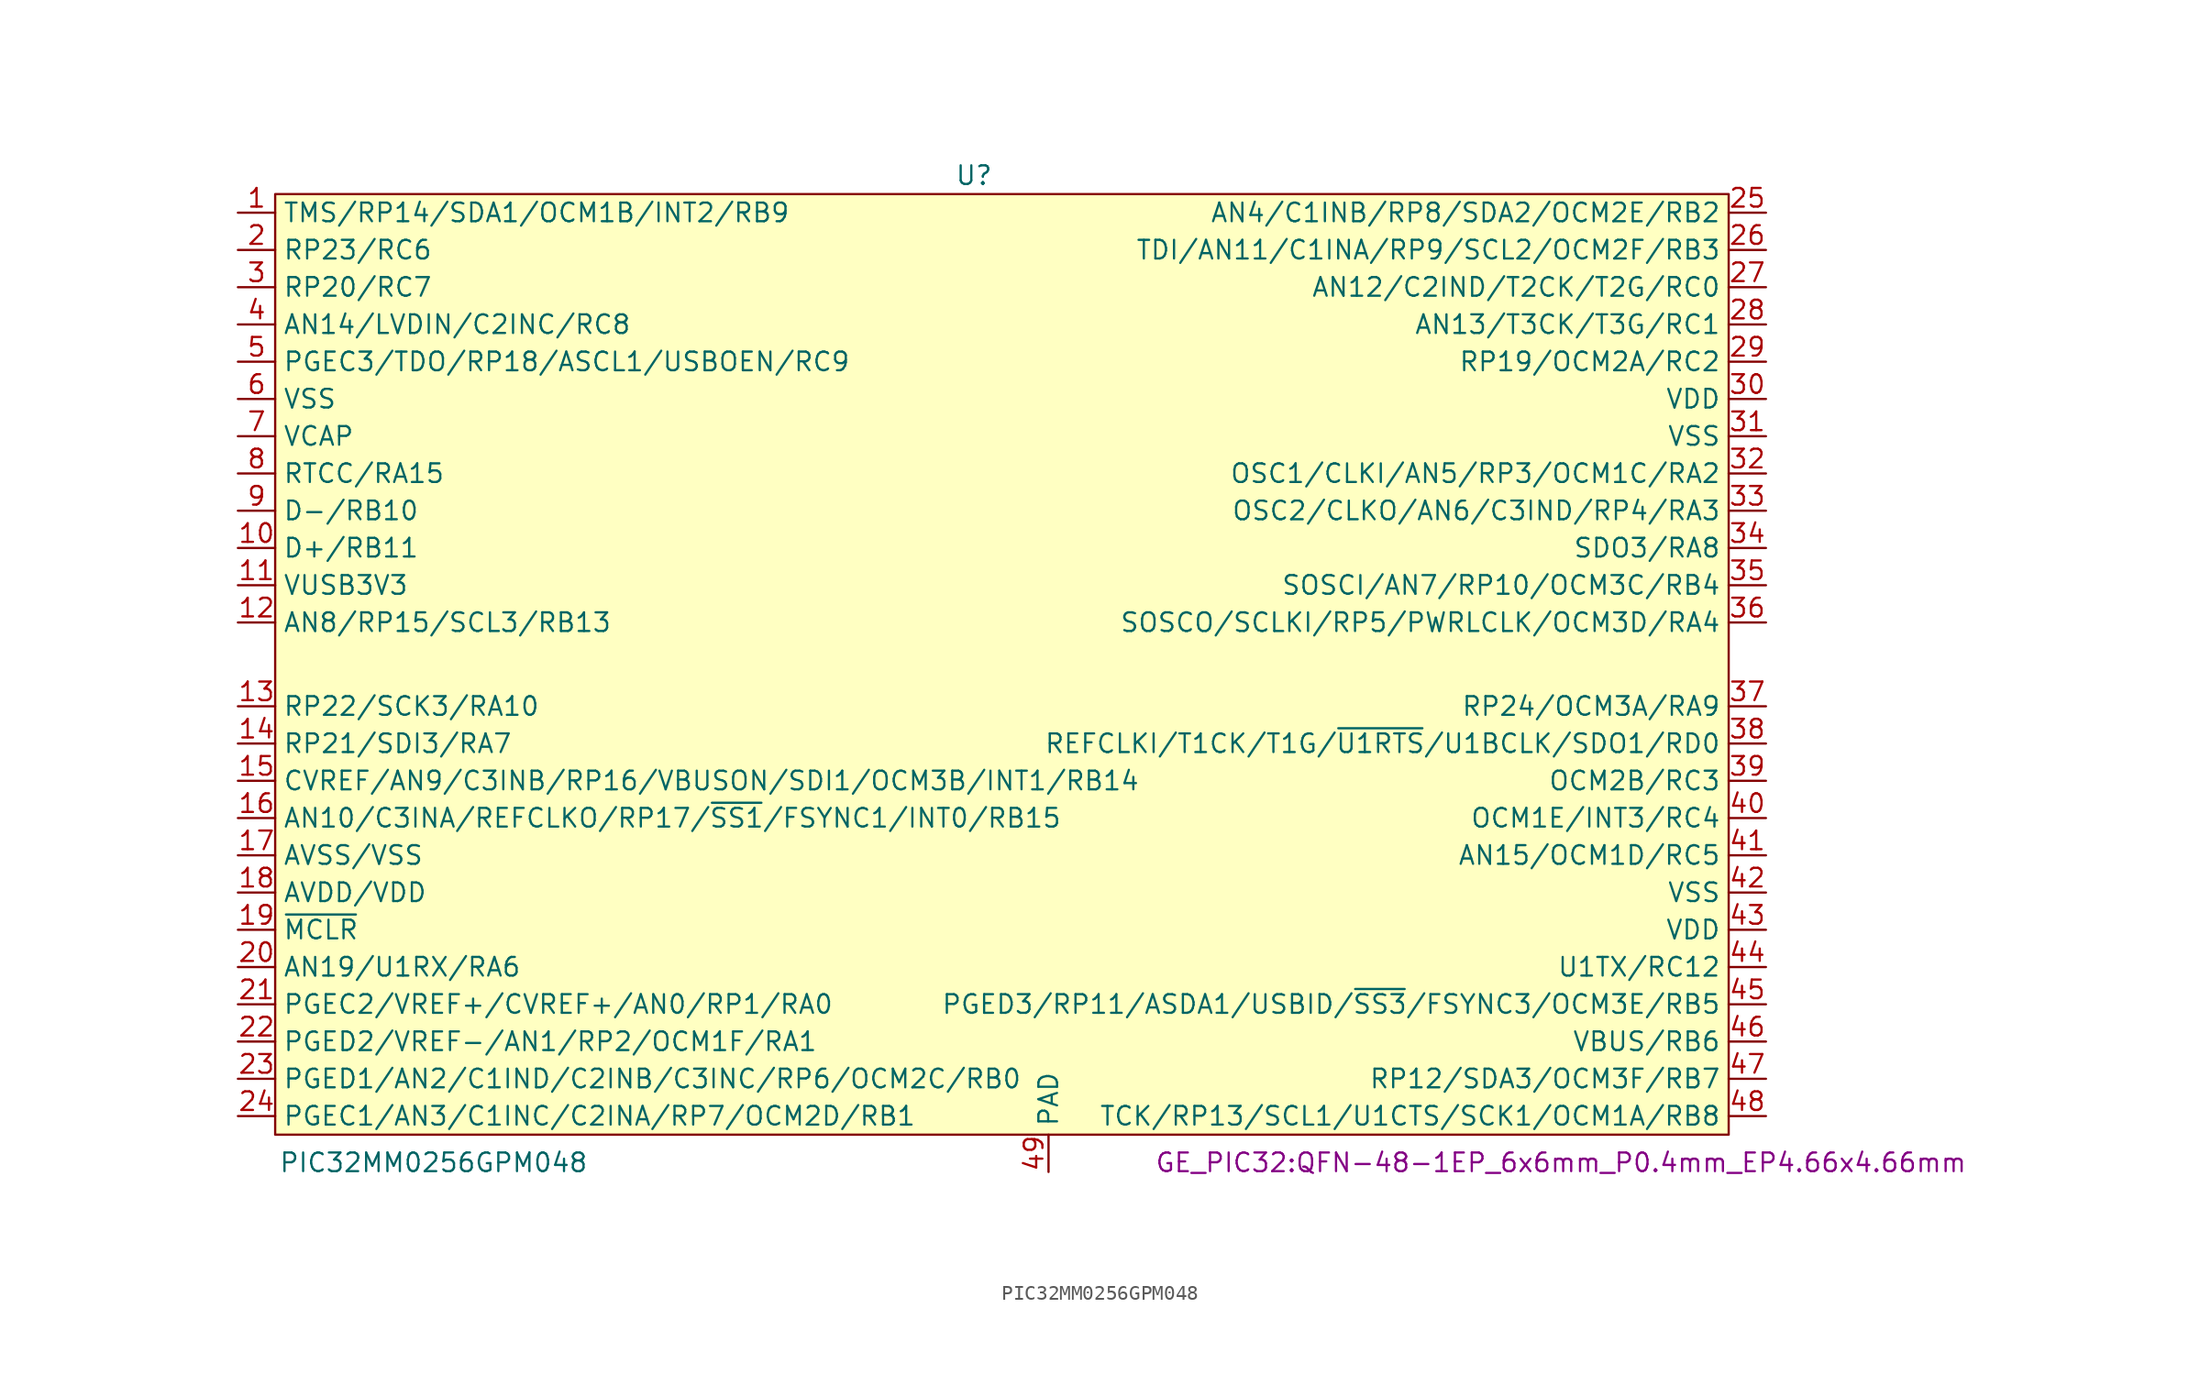
<source format=kicad_sym>
(kicad_symbol_lib
  (version 20220914)
  (generator kicad_symbol_editor)
  (symbol "PIC32MM0256GPM048"
    (property "Reference" "U"
      (at -3.175 33.02 0)
      (effects (font (size 1.27 1.27))))
    (property "Value" "PIC32MM0256GPM048"
      (at -40.005 -34.29 0)
      (effects (font (size 1.27 1.27))))
    (property "Footprint" "GE_PIC32:QFN-48-1EP_6x6mm_P0.4mm_EP4.66x4.66mm"
      (at 36.83 -34.29 0)
      (effects (font (size 1.27 1.27))))
    (symbol "PIC32MM0256GPM048_0_1"
      (rectangle (start -50.8 31.75) (end 48.26 -32.385) (stroke (width 0) (type default)) (fill (type background))))
    (symbol "PIC32MM0256GPM048_1_1"
      (pin bidirectional line (at -53.34 30.48 0) (length 2.54) (name "TMS/RP14/SDA1/OCM1B/INT2/RB9" (effects (font (size 1.27 1.27)))) (number "1" (effects (font (size 1.27 1.27)))))
      (pin bidirectional line (at -53.34 7.62 0) (length 2.54) (name "D+/RB11" (effects (font (size 1.27 1.27)))) (number "10" (effects (font (size 1.27 1.27)))))
      (pin power_in line (at -53.34 5.08 0) (length 2.54) (name "VUSB3V3" (effects (font (size 1.27 1.27)))) (number "11" (effects (font (size 1.27 1.27)))))
      (pin bidirectional line (at -53.34 2.54 0) (length 2.54) (name "AN8/RP15/SCL3/RB13" (effects (font (size 1.27 1.27)))) (number "12" (effects (font (size 1.27 1.27)))))
      (pin bidirectional line (at -53.34 -3.175 0) (length 2.54) (name "RP22/SCK3/RA10" (effects (font (size 1.27 1.27)))) (number "13" (effects (font (size 1.27 1.27)))))
      (pin bidirectional line (at -53.34 -5.715 0) (length 2.54) (name "RP21/SDI3/RA7" (effects (font (size 1.27 1.27)))) (number "14" (effects (font (size 1.27 1.27)))))
      (pin bidirectional line (at -53.34 -8.255 0) (length 2.54) (name "CVREF/AN9/C3INB/RP16/VBUSON/SDI1/OCM3B/INT1/RB14" (effects (font (size 1.27 1.27)))) (number "15" (effects (font (size 1.27 1.27)))))
      (pin bidirectional line (at -53.34 -10.795 0) (length 2.54) (name "AN10/C3INA/REFCLKO/RP17/~{SS1}/FSYNC1/INT0/RB15" (effects (font (size 1.27 1.27)))) (number "16" (effects (font (size 1.27 1.27)))))
      (pin power_in line (at -53.34 -13.335 0) (length 2.54) (name "AVSS/VSS" (effects (font (size 1.27 1.27)))) (number "17" (effects (font (size 1.27 1.27)))))
      (pin power_in line (at -53.34 -15.875 0) (length 2.54) (name "AVDD/VDD" (effects (font (size 1.27 1.27)))) (number "18" (effects (font (size 1.27 1.27)))))
      (pin input line (at -53.34 -18.415 0) (length 2.54) (name "~{MCLR}" (effects (font (size 1.27 1.27)))) (number "19" (effects (font (size 1.27 1.27)))))
      (pin bidirectional line (at -53.34 27.94 0) (length 2.54) (name "RP23/RC6" (effects (font (size 1.27 1.27)))) (number "2" (effects (font (size 1.27 1.27)))))
      (pin bidirectional line (at -53.34 -20.955 0) (length 2.54) (name "AN19/U1RX/RA6" (effects (font (size 1.27 1.27)))) (number "20" (effects (font (size 1.27 1.27)))))
      (pin bidirectional line (at -53.34 -23.495 0) (length 2.54) (name "PGEC2/VREF+/CVREF+/AN0/RP1/RA0" (effects (font (size 1.27 1.27)))) (number "21" (effects (font (size 1.27 1.27)))))
      (pin bidirectional line (at -53.34 -26.035 0) (length 2.54) (name "PGED2/VREF-/AN1/RP2/OCM1F/RA1" (effects (font (size 1.27 1.27)))) (number "22" (effects (font (size 1.27 1.27)))))
      (pin bidirectional line (at -53.34 -28.575 0) (length 2.54) (name "PGED1/AN2/C1IND/C2INB/C3INC/RP6/OCM2C/RB0" (effects (font (size 1.27 1.27)))) (number "23" (effects (font (size 1.27 1.27)))))
      (pin bidirectional line (at -53.34 -31.115 0) (length 2.54) (name "PGEC1/AN3/C1INC/C2INA/RP7/OCM2D/RB1" (effects (font (size 1.27 1.27)))) (number "24" (effects (font (size 1.27 1.27)))))
      (pin bidirectional line (at 50.8 30.48 180) (length 2.54) (name "AN4/C1INB/RP8/SDA2/OCM2E/RB2" (effects (font (size 1.27 1.27)))) (number "25" (effects (font (size 1.27 1.27)))))
      (pin bidirectional line (at 50.8 27.94 180) (length 2.54) (name "TDI/AN11/C1INA/RP9/SCL2/OCM2F/RB3" (effects (font (size 1.27 1.27)))) (number "26" (effects (font (size 1.27 1.27)))))
      (pin bidirectional line (at 50.8 25.4 180) (length 2.54) (name "AN12/C2IND/T2CK/T2G/RC0" (effects (font (size 1.27 1.27)))) (number "27" (effects (font (size 1.27 1.27)))))
      (pin bidirectional line (at 50.8 22.86 180) (length 2.54) (name "AN13/T3CK/T3G/RC1" (effects (font (size 1.27 1.27)))) (number "28" (effects (font (size 1.27 1.27)))))
      (pin bidirectional line (at 50.8 20.32 180) (length 2.54) (name "RP19/OCM2A/RC2" (effects (font (size 1.27 1.27)))) (number "29" (effects (font (size 1.27 1.27)))))
      (pin bidirectional line (at -53.34 25.4 0) (length 2.54) (name "RP20/RC7" (effects (font (size 1.27 1.27)))) (number "3" (effects (font (size 1.27 1.27)))))
      (pin power_in line (at 50.8 17.78 180) (length 2.54) (name "VDD" (effects (font (size 1.27 1.27)))) (number "30" (effects (font (size 1.27 1.27)))))
      (pin power_in line (at 50.8 15.24 180) (length 2.54) (name "VSS" (effects (font (size 1.27 1.27)))) (number "31" (effects (font (size 1.27 1.27)))))
      (pin bidirectional line (at 50.8 12.7 180) (length 2.54) (name "OSC1/CLKI/AN5/RP3/OCM1C/RA2" (effects (font (size 1.27 1.27)))) (number "32" (effects (font (size 1.27 1.27)))))
      (pin bidirectional line (at 50.8 10.16 180) (length 2.54) (name "OSC2/CLKO/AN6/C3IND/RP4/RA3" (effects (font (size 1.27 1.27)))) (number "33" (effects (font (size 1.27 1.27)))))
      (pin bidirectional line (at 50.8 7.62 180) (length 2.54) (name "SDO3/RA8" (effects (font (size 1.27 1.27)))) (number "34" (effects (font (size 1.27 1.27)))))
      (pin bidirectional line (at 50.8 5.08 180) (length 2.54) (name "SOSCI/AN7/RP10/OCM3C/RB4" (effects (font (size 1.27 1.27)))) (number "35" (effects (font (size 1.27 1.27)))))
      (pin bidirectional line (at 50.8 2.54 180) (length 2.54) (name "SOSCO/SCLKI/RP5/PWRLCLK/OCM3D/RA4" (effects (font (size 1.27 1.27)))) (number "36" (effects (font (size 1.27 1.27)))))
      (pin bidirectional line (at 50.8 -3.175 180) (length 2.54) (name "RP24/OCM3A/RA9" (effects (font (size 1.27 1.27)))) (number "37" (effects (font (size 1.27 1.27)))))
      (pin bidirectional line (at 50.8 -5.715 180) (length 2.54) (name "REFCLKI/T1CK/T1G/~{U1RTS}/U1BCLK/SDO1/RD0" (effects (font (size 1.27 1.27)))) (number "38" (effects (font (size 1.27 1.27)))))
      (pin bidirectional line (at 50.8 -8.255 180) (length 2.54) (name "OCM2B/RC3" (effects (font (size 1.27 1.27)))) (number "39" (effects (font (size 1.27 1.27)))))
      (pin bidirectional line (at -53.34 22.86 0) (length 2.54) (name "AN14/LVDIN/C2INC/RC8" (effects (font (size 1.27 1.27)))) (number "4" (effects (font (size 1.27 1.27)))))
      (pin bidirectional line (at 50.8 -10.795 180) (length 2.54) (name "OCM1E/INT3/RC4" (effects (font (size 1.27 1.27)))) (number "40" (effects (font (size 1.27 1.27)))))
      (pin bidirectional line (at 50.8 -13.335 180) (length 2.54) (name "AN15/OCM1D/RC5" (effects (font (size 1.27 1.27)))) (number "41" (effects (font (size 1.27 1.27)))))
      (pin power_in line (at 50.8 -15.875 180) (length 2.54) (name "VSS" (effects (font (size 1.27 1.27)))) (number "42" (effects (font (size 1.27 1.27)))))
      (pin power_in line (at 50.8 -18.415 180) (length 2.54) (name "VDD" (effects (font (size 1.27 1.27)))) (number "43" (effects (font (size 1.27 1.27)))))
      (pin bidirectional line (at 50.8 -20.955 180) (length 2.54) (name "U1TX/RC12" (effects (font (size 1.27 1.27)))) (number "44" (effects (font (size 1.27 1.27)))))
      (pin bidirectional line (at 50.8 -23.495 180) (length 2.54) (name "PGED3/RP11/ASDA1/USBID/~{SS3}/FSYNC3/OCM3E/RB5" (effects (font (size 1.27 1.27)))) (number "45" (effects (font (size 1.27 1.27)))))
      (pin bidirectional line (at 50.8 -26.035 180) (length 2.54) (name "VBUS/RB6" (effects (font (size 1.27 1.27)))) (number "46" (effects (font (size 1.27 1.27)))))
      (pin bidirectional line (at 50.8 -28.575 180) (length 2.54) (name "RP12/SDA3/OCM3F/RB7" (effects (font (size 1.27 1.27)))) (number "47" (effects (font (size 1.27 1.27)))))
      (pin bidirectional line (at 50.8 -31.115 180) (length 2.54) (name "TCK/RP13/SCL1/U1CTS/SCK1/OCM1A/RB8" (effects (font (size 1.27 1.27)))) (number "48" (effects (font (size 1.27 1.27)))))
      (pin power_in line (at 1.905 -34.925 90) (length 2.54) (name "PAD" (effects (font (size 1.27 1.27)))) (number "49" (effects (font (size 1.27 1.27)))))
      (pin bidirectional line (at -53.34 20.32 0) (length 2.54) (name "PGEC3/TDO/RP18/ASCL1/USBOEN/RC9" (effects (font (size 1.27 1.27)))) (number "5" (effects (font (size 1.27 1.27)))))
      (pin power_in line (at -53.34 17.78 0) (length 2.54) (name "VSS" (effects (font (size 1.27 1.27)))) (number "6" (effects (font (size 1.27 1.27)))))
      (pin input line (at -53.34 15.24 0) (length 2.54) (name "VCAP" (effects (font (size 1.27 1.27)))) (number "7" (effects (font (size 1.27 1.27)))))
      (pin bidirectional line (at -53.34 12.7 0) (length 2.54) (name "RTCC/RA15" (effects (font (size 1.27 1.27)))) (number "8" (effects (font (size 1.27 1.27)))))
      (pin bidirectional line (at -53.34 10.16 0) (length 2.54) (name "D-/RB10" (effects (font (size 1.27 1.27)))) (number "9" (effects (font (size 1.27 1.27))))))))
</source>
